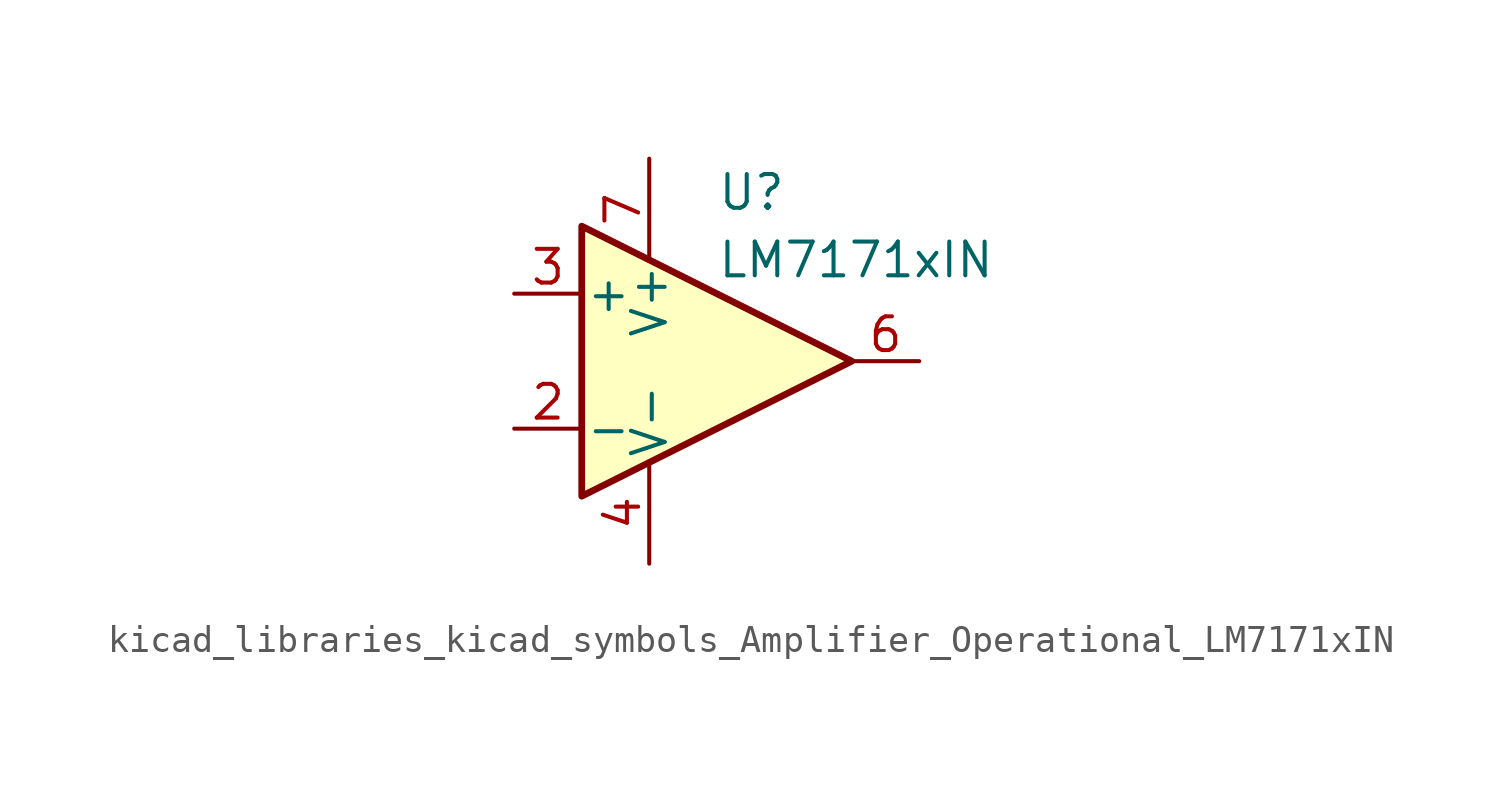
<source format=kicad_sym>
(kicad_symbol_lib
  (version 20220914)
  (generator kicad_symbol_editor)
  (symbol "kicad_libraries_kicad_symbols_Amplifier_Operational_LM7171xIN"
    (pin_names
      (offset 0.127))
    (property "Reference" "U"
      (at 0 6.35 0)
      (effects (font (size 1.27 1.27)) (justify left)))
    (property "Value" "LM7171xIN"
      (at 0 3.81 0)
      (effects (font (size 1.27 1.27)) (justify left)))
    (symbol "kicad_libraries_kicad_symbols_Amplifier_Operational_LM7171xIN_1_1"
      (polyline (pts (xy -5.08 5.08) (xy 5.08 0) (xy -5.08 -5.08) (xy -5.08 5.08)) (stroke (width 0.254) (type default)) (fill (type background)))
      (pin no_connect line (at 0 2.54 270) (length 5.08) hide (name "NC" (effects (font (size 1.27 1.27)))) (number "1" (effects (font (size 1.27 1.27)))))
      (pin input line (at -7.62 -2.54 0) (length 2.54) (name "-" (effects (font (size 1.27 1.27)))) (number "2" (effects (font (size 1.27 1.27)))))
      (pin input line (at -7.62 2.54 0) (length 2.54) (name "+" (effects (font (size 1.27 1.27)))) (number "3" (effects (font (size 1.27 1.27)))))
      (pin power_in line (at -2.54 -7.62 90) (length 3.81) (name "V-" (effects (font (size 1.27 1.27)))) (number "4" (effects (font (size 1.27 1.27)))))
      (pin no_connect line (at 0 -2.54 90) (length 5.08) hide (name "NC" (effects (font (size 1.27 1.27)))) (number "5" (effects (font (size 1.27 1.27)))))
      (pin output line (at 7.62 0 180) (length 2.54) (name "~" (effects (font (size 1.27 1.27)))) (number "6" (effects (font (size 1.27 1.27)))))
      (pin power_in line (at -2.54 7.62 270) (length 3.81) (name "V+" (effects (font (size 1.27 1.27)))) (number "7" (effects (font (size 1.27 1.27)))))
      (pin no_connect line (at 2.54 -1.27 90) (length 6.35) hide (name "NC" (effects (font (size 1.27 1.27)))) (number "8" (effects (font (size 1.27 1.27))))))))
</source>
